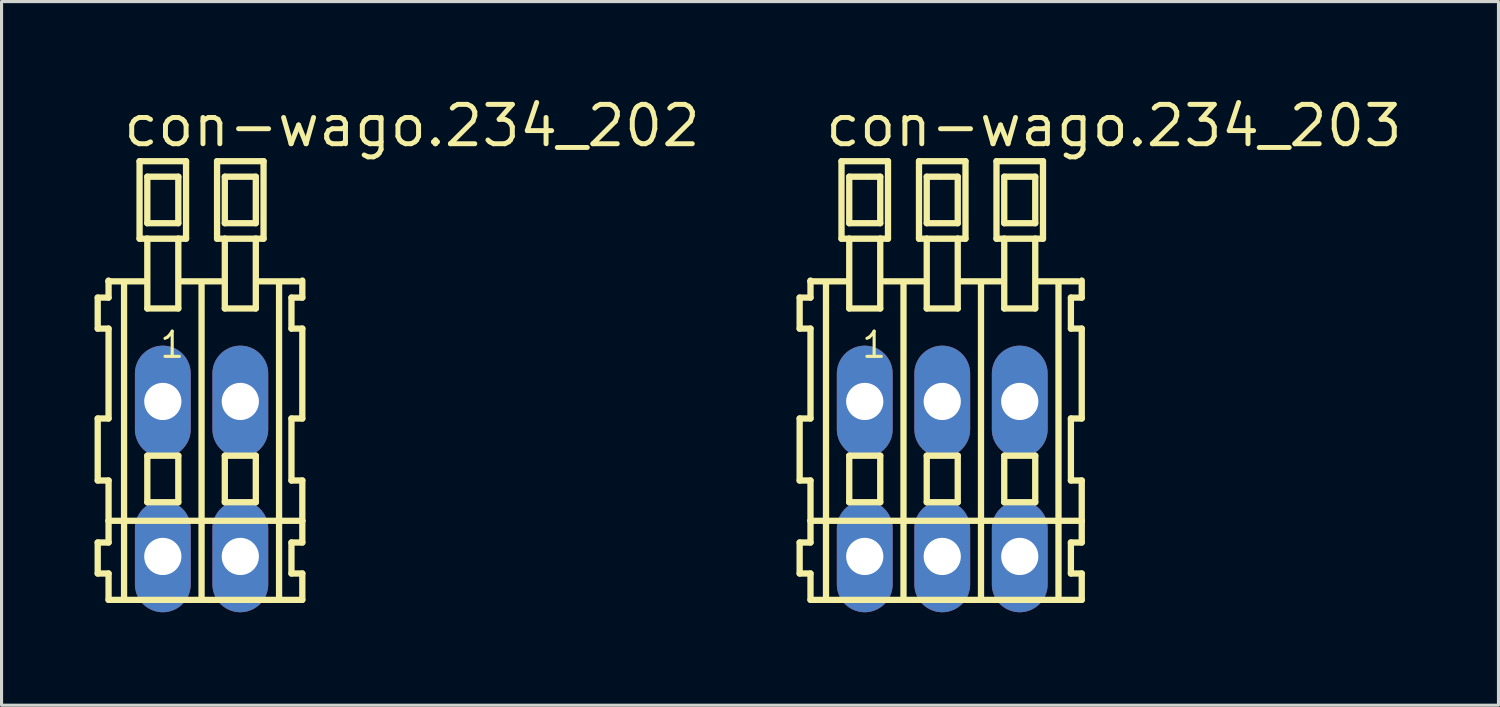
<source format=kicad_pcb>
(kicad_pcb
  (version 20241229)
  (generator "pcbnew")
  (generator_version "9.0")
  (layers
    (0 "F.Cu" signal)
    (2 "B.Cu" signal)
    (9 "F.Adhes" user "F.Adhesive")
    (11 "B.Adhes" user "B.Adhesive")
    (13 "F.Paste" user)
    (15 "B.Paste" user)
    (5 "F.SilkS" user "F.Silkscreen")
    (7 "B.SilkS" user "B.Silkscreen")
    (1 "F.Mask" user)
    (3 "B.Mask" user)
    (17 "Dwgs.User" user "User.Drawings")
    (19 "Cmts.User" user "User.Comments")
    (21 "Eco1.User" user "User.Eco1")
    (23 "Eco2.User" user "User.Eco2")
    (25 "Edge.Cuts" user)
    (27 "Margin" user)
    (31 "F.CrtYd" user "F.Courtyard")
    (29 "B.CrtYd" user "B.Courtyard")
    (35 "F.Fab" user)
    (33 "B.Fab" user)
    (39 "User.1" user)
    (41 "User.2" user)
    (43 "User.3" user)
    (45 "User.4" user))
  (footprint "con-wago.234_203"
    (layer "F.Cu")
    (at 27.345 12.4)
    (property "Reference" "con-wago.234_203" (at -3.85 -10.65 0) (layer "F.SilkS") (effects (font (size 1.27 1.27) (thickness 0.16)) (justify left bottom)))
    (attr through_hole)
    (fp_line (start -4.6 -5.85) (end -4.6 -4.85) (stroke (width 0.203) (type default)) (layer "F.SilkS"))
    (fp_line (start -4.6 -4.85) (end -4.25 -4.85) (stroke (width 0.203) (type default)) (layer "F.SilkS"))
    (fp_line (start -4.6 -1.95) (end -4.6 0.05) (stroke (width 0.203) (type default)) (layer "F.SilkS"))
    (fp_line (start -4.6 0.05) (end -4.25 0.05) (stroke (width 0.203) (type default)) (layer "F.SilkS"))
    (fp_line (start -4.6 2.05) (end -4.6 3.05) (stroke (width 0.203) (type default)) (layer "F.SilkS"))
    (fp_line (start -4.6 3.05) (end -4.25 3.05) (stroke (width 0.203) (type default)) (layer "F.SilkS"))
    (fp_line (start -4.25 -6.4) (end -4.25 -6.375) (stroke (width 0.203) (type default)) (layer "F.SilkS"))
    (fp_line (start -4.25 -6.375) (end -4.25 -5.85) (stroke (width 0.203) (type default)) (layer "F.SilkS"))
    (fp_line (start -4.25 -6.375) (end -3.125 -6.375) (stroke (width 0.203) (type default)) (layer "F.SilkS"))
    (fp_line (start -4.25 -5.85) (end -4.6 -5.85) (stroke (width 0.203) (type default)) (layer "F.SilkS"))
    (fp_line (start -4.25 -4.85) (end -4.25 -1.95) (stroke (width 0.203) (type default)) (layer "F.SilkS"))
    (fp_line (start -4.25 -1.95) (end -4.6 -1.95) (stroke (width 0.203) (type default)) (layer "F.SilkS"))
    (fp_line (start -4.25 0.05) (end -4.25 1.35) (stroke (width 0.203) (type default)) (layer "F.SilkS"))
    (fp_line (start -4.25 1.35) (end -4.25 2.05) (stroke (width 0.203) (type default)) (layer "F.SilkS"))
    (fp_line (start -4.25 1.35) (end 4.5 1.35) (stroke (width 0.203) (type default)) (layer "F.SilkS"))
    (fp_line (start -4.25 2.05) (end -4.6 2.05) (stroke (width 0.203) (type default)) (layer "F.SilkS"))
    (fp_line (start -4.25 3.05) (end -4.25 3.9) (stroke (width 0.203) (type default)) (layer "F.SilkS"))
    (fp_line (start -4.25 3.9) (end 4.5 3.9) (stroke (width 0.203) (type default)) (layer "F.SilkS"))
    (fp_line (start -3.75 -6.35) (end -3.75 3.8) (stroke (width 0.203) (type default)) (layer "F.SilkS"))
    (fp_line (start -3.25 -10.25) (end -3.25 -7.75) (stroke (width 0.203) (type default)) (layer "F.SilkS"))
    (fp_line (start -3.25 -7.75) (end -3 -7.75) (stroke (width 0.203) (type default)) (layer "F.SilkS"))
    (fp_line (start -3 -9.75) (end -3 -8.25) (stroke (width 0.203) (type default)) (layer "F.SilkS"))
    (fp_line (start -3 -8.25) (end -2 -8.25) (stroke (width 0.203) (type default)) (layer "F.SilkS"))
    (fp_line (start -3 -7.75) (end -3 -5.5) (stroke (width 0.203) (type default)) (layer "F.SilkS"))
    (fp_line (start -3 -7.75) (end -2 -7.75) (stroke (width 0.203) (type default)) (layer "F.SilkS"))
    (fp_line (start -3 -5.5) (end -2 -5.5) (stroke (width 0.203) (type default)) (layer "F.SilkS"))
    (fp_line (start -3 -0.75) (end -3 0.75) (stroke (width 0.203) (type default)) (layer "F.SilkS"))
    (fp_line (start -3 0.75) (end -2 0.75) (stroke (width 0.203) (type default)) (layer "F.SilkS"))
    (fp_line (start -2 -9.75) (end -3 -9.75) (stroke (width 0.203) (type default)) (layer "F.SilkS"))
    (fp_line (start -2 -8.25) (end -2 -9.75) (stroke (width 0.203) (type default)) (layer "F.SilkS"))
    (fp_line (start -2 -7.75) (end -1.75 -7.75) (stroke (width 0.203) (type default)) (layer "F.SilkS"))
    (fp_line (start -2 -5.5) (end -2 -7.75) (stroke (width 0.203) (type default)) (layer "F.SilkS"))
    (fp_line (start -2 -0.75) (end -3 -0.75) (stroke (width 0.203) (type default)) (layer "F.SilkS"))
    (fp_line (start -2 0.75) (end -2 -0.75) (stroke (width 0.203) (type default)) (layer "F.SilkS"))
    (fp_line (start -1.875 -6.375) (end -0.625 -6.375) (stroke (width 0.203) (type default)) (layer "F.SilkS"))
    (fp_line (start -1.75 -10.25) (end -3.25 -10.25) (stroke (width 0.203) (type default)) (layer "F.SilkS"))
    (fp_line (start -1.75 -7.75) (end -1.75 -10.25) (stroke (width 0.203) (type default)) (layer "F.SilkS"))
    (fp_line (start -1.25 -6.35) (end -1.25 3.8) (stroke (width 0.203) (type default)) (layer "F.SilkS"))
    (fp_line (start -0.75 -10.25) (end -0.75 -7.75) (stroke (width 0.203) (type default)) (layer "F.SilkS"))
    (fp_line (start -0.75 -7.75) (end -0.5 -7.75) (stroke (width 0.203) (type default)) (layer "F.SilkS"))
    (fp_line (start -0.5 -9.75) (end -0.5 -8.25) (stroke (width 0.203) (type default)) (layer "F.SilkS"))
    (fp_line (start -0.5 -8.25) (end 0.5 -8.25) (stroke (width 0.203) (type default)) (layer "F.SilkS"))
    (fp_line (start -0.5 -7.75) (end -0.5 -5.5) (stroke (width 0.203) (type default)) (layer "F.SilkS"))
    (fp_line (start -0.5 -7.75) (end 0.5 -7.75) (stroke (width 0.203) (type default)) (layer "F.SilkS"))
    (fp_line (start -0.5 -5.5) (end 0.5 -5.5) (stroke (width 0.203) (type default)) (layer "F.SilkS"))
    (fp_line (start -0.5 -0.75) (end -0.5 0.75) (stroke (width 0.203) (type default)) (layer "F.SilkS"))
    (fp_line (start -0.5 0.75) (end 0.5 0.75) (stroke (width 0.203) (type default)) (layer "F.SilkS"))
    (fp_line (start 0.5 -9.75) (end -0.5 -9.75) (stroke (width 0.203) (type default)) (layer "F.SilkS"))
    (fp_line (start 0.5 -8.25) (end 0.5 -9.75) (stroke (width 0.203) (type default)) (layer "F.SilkS"))
    (fp_line (start 0.5 -7.75) (end 0.75 -7.75) (stroke (width 0.203) (type default)) (layer "F.SilkS"))
    (fp_line (start 0.5 -5.5) (end 0.5 -7.75) (stroke (width 0.203) (type default)) (layer "F.SilkS"))
    (fp_line (start 0.5 -0.75) (end -0.5 -0.75) (stroke (width 0.203) (type default)) (layer "F.SilkS"))
    (fp_line (start 0.5 0.75) (end 0.5 -0.75) (stroke (width 0.203) (type default)) (layer "F.SilkS"))
    (fp_line (start 0.625 -6.375) (end 1.875 -6.375) (stroke (width 0.203) (type default)) (layer "F.SilkS"))
    (fp_line (start 0.75 -10.25) (end -0.75 -10.25) (stroke (width 0.203) (type default)) (layer "F.SilkS"))
    (fp_line (start 0.75 -7.75) (end 0.75 -10.25) (stroke (width 0.203) (type default)) (layer "F.SilkS"))
    (fp_line (start 1.25 -6.35) (end 1.25 3.8) (stroke (width 0.203) (type default)) (layer "F.SilkS"))
    (fp_line (start 1.75 -10.25) (end 1.75 -7.75) (stroke (width 0.203) (type default)) (layer "F.SilkS"))
    (fp_line (start 1.75 -7.75) (end 2 -7.75) (stroke (width 0.203) (type default)) (layer "F.SilkS"))
    (fp_line (start 2 -9.75) (end 2 -8.25) (stroke (width 0.203) (type default)) (layer "F.SilkS"))
    (fp_line (start 2 -8.25) (end 3 -8.25) (stroke (width 0.203) (type default)) (layer "F.SilkS"))
    (fp_line (start 2 -7.75) (end 2 -5.5) (stroke (width 0.203) (type default)) (layer "F.SilkS"))
    (fp_line (start 2 -7.75) (end 3 -7.75) (stroke (width 0.203) (type default)) (layer "F.SilkS"))
    (fp_line (start 2 -5.5) (end 3 -5.5) (stroke (width 0.203) (type default)) (layer "F.SilkS"))
    (fp_line (start 2 -0.75) (end 2 0.75) (stroke (width 0.203) (type default)) (layer "F.SilkS"))
    (fp_line (start 2 0.75) (end 3 0.75) (stroke (width 0.203) (type default)) (layer "F.SilkS"))
    (fp_line (start 3 -9.75) (end 2 -9.75) (stroke (width 0.203) (type default)) (layer "F.SilkS"))
    (fp_line (start 3 -8.25) (end 3 -9.75) (stroke (width 0.203) (type default)) (layer "F.SilkS"))
    (fp_line (start 3 -7.75) (end 3.25 -7.75) (stroke (width 0.203) (type default)) (layer "F.SilkS"))
    (fp_line (start 3 -5.5) (end 3 -7.75) (stroke (width 0.203) (type default)) (layer "F.SilkS"))
    (fp_line (start 3 -0.75) (end 2 -0.75) (stroke (width 0.203) (type default)) (layer "F.SilkS"))
    (fp_line (start 3 0.75) (end 3 -0.75) (stroke (width 0.203) (type default)) (layer "F.SilkS"))
    (fp_line (start 3.125 -6.375) (end 4.375 -6.375) (stroke (width 0.203) (type default)) (layer "F.SilkS"))
    (fp_line (start 3.25 -10.25) (end 1.75 -10.25) (stroke (width 0.203) (type default)) (layer "F.SilkS"))
    (fp_line (start 3.25 -7.75) (end 3.25 -10.25) (stroke (width 0.203) (type default)) (layer "F.SilkS"))
    (fp_line (start 3.75 -6.35) (end 3.75 3.8) (stroke (width 0.203) (type default)) (layer "F.SilkS"))
    (fp_line (start 4.15 -5.85) (end 4.15 -4.85) (stroke (width 0.203) (type default)) (layer "F.SilkS"))
    (fp_line (start 4.15 -4.85) (end 4.5 -4.85) (stroke (width 0.203) (type default)) (layer "F.SilkS"))
    (fp_line (start 4.15 -1.95) (end 4.15 0.05) (stroke (width 0.203) (type default)) (layer "F.SilkS"))
    (fp_line (start 4.15 0.05) (end 4.5 0.05) (stroke (width 0.203) (type default)) (layer "F.SilkS"))
    (fp_line (start 4.15 2.05) (end 4.15 3.05) (stroke (width 0.203) (type default)) (layer "F.SilkS"))
    (fp_line (start 4.15 3.05) (end 4.5 3.05) (stroke (width 0.203) (type default)) (layer "F.SilkS"))
    (fp_line (start 4.5 -5.85) (end 4.15 -5.85) (stroke (width 0.203) (type default)) (layer "F.SilkS"))
    (fp_line (start 4.5 -5.85) (end 4.5 -6.4) (stroke (width 0.203) (type default)) (layer "F.SilkS"))
    (fp_line (start 4.5 -1.95) (end 4.15 -1.95) (stroke (width 0.203) (type default)) (layer "F.SilkS"))
    (fp_line (start 4.5 -1.95) (end 4.5 -4.85) (stroke (width 0.203) (type default)) (layer "F.SilkS"))
    (fp_line (start 4.5 1.35) (end 4.5 0.05) (stroke (width 0.203) (type default)) (layer "F.SilkS"))
    (fp_line (start 4.5 2.05) (end 4.15 2.05) (stroke (width 0.203) (type default)) (layer "F.SilkS"))
    (fp_line (start 4.5 2.05) (end 4.5 1.35) (stroke (width 0.203) (type default)) (layer "F.SilkS"))
    (fp_line (start 4.5 3.9) (end 4.5 3.05) (stroke (width 0.203) (type default)) (layer "F.SilkS"))
    (fp_text user "1" (at -2.65 -3.85 0) (layer "F.SilkS") (effects (font (size 0.813 0.813) (thickness 0.1)) (justify left bottom)))
    (pad "A1" thru_hole oval (at -2.5 -2.5 90) (size 3.6 1.8) (drill 1.2) (layers "*.Cu" "*.Mask"))
    (pad "A2" thru_hole oval (at 0 -2.5 90) (size 3.6 1.8) (drill 1.2) (layers "*.Cu" "*.Mask"))
    (pad "A3" thru_hole oval (at 2.5 -2.5 90) (size 3.6 1.8) (drill 1.2) (layers "*.Cu" "*.Mask"))
    (pad "B1" thru_hole oval (at -2.5 2.5 90) (size 3.6 1.8) (drill 1.2) (layers "*.Cu" "*.Mask"))
    (pad "B2" thru_hole oval (at 0 2.5 90) (size 3.6 1.8) (drill 1.2) (layers "*.Cu" "*.Mask"))
    (pad "B3" thru_hole oval (at 2.5 2.5 90) (size 3.6 1.8) (drill 1.2) (layers "*.Cu" "*.Mask")))
  (footprint "con-wago.234_202"
    (layer "F.Cu")
    (at 3.452 12.4)
    (property "Reference" "con-wago.234_202" (at -2.6 -10.65 0) (layer "F.SilkS") (effects (font (size 1.27 1.27) (thickness 0.16)) (justify left bottom)))
    (attr through_hole)
    (fp_line (start -3.35 -5.85) (end -3.35 -4.85) (stroke (width 0.203) (type default)) (layer "F.SilkS"))
    (fp_line (start -3.35 -4.85) (end -3 -4.85) (stroke (width 0.203) (type default)) (layer "F.SilkS"))
    (fp_line (start -3.35 -1.95) (end -3.35 0.05) (stroke (width 0.203) (type default)) (layer "F.SilkS"))
    (fp_line (start -3.35 0.05) (end -3 0.05) (stroke (width 0.203) (type default)) (layer "F.SilkS"))
    (fp_line (start -3.35 2.05) (end -3.35 3.05) (stroke (width 0.203) (type default)) (layer "F.SilkS"))
    (fp_line (start -3.35 3.05) (end -3 3.05) (stroke (width 0.203) (type default)) (layer "F.SilkS"))
    (fp_line (start -3 -6.4) (end -3 -6.375) (stroke (width 0.203) (type default)) (layer "F.SilkS"))
    (fp_line (start -3 -6.375) (end -3 -5.85) (stroke (width 0.203) (type default)) (layer "F.SilkS"))
    (fp_line (start -3 -6.375) (end -1.875 -6.375) (stroke (width 0.203) (type default)) (layer "F.SilkS"))
    (fp_line (start -3 -5.85) (end -3.35 -5.85) (stroke (width 0.203) (type default)) (layer "F.SilkS"))
    (fp_line (start -3 -4.85) (end -3 -1.95) (stroke (width 0.203) (type default)) (layer "F.SilkS"))
    (fp_line (start -3 -1.95) (end -3.35 -1.95) (stroke (width 0.203) (type default)) (layer "F.SilkS"))
    (fp_line (start -3 0.05) (end -3 1.35) (stroke (width 0.203) (type default)) (layer "F.SilkS"))
    (fp_line (start -3 1.35) (end -3 2.05) (stroke (width 0.203) (type default)) (layer "F.SilkS"))
    (fp_line (start -3 1.35) (end 3.25 1.35) (stroke (width 0.203) (type default)) (layer "F.SilkS"))
    (fp_line (start -3 2.05) (end -3.35 2.05) (stroke (width 0.203) (type default)) (layer "F.SilkS"))
    (fp_line (start -3 3.05) (end -3 3.9) (stroke (width 0.203) (type default)) (layer "F.SilkS"))
    (fp_line (start -3 3.9) (end 3.25 3.9) (stroke (width 0.203) (type default)) (layer "F.SilkS"))
    (fp_line (start -2.5 -6.35) (end -2.5 3.8) (stroke (width 0.203) (type default)) (layer "F.SilkS"))
    (fp_line (start -2 -10.25) (end -2 -7.75) (stroke (width 0.203) (type default)) (layer "F.SilkS"))
    (fp_line (start -2 -7.75) (end -1.75 -7.75) (stroke (width 0.203) (type default)) (layer "F.SilkS"))
    (fp_line (start -1.75 -9.75) (end -1.75 -8.25) (stroke (width 0.203) (type default)) (layer "F.SilkS"))
    (fp_line (start -1.75 -8.25) (end -0.75 -8.25) (stroke (width 0.203) (type default)) (layer "F.SilkS"))
    (fp_line (start -1.75 -7.75) (end -1.75 -5.5) (stroke (width 0.203) (type default)) (layer "F.SilkS"))
    (fp_line (start -1.75 -7.75) (end -0.75 -7.75) (stroke (width 0.203) (type default)) (layer "F.SilkS"))
    (fp_line (start -1.75 -5.5) (end -0.75 -5.5) (stroke (width 0.203) (type default)) (layer "F.SilkS"))
    (fp_line (start -1.75 -0.75) (end -1.75 0.75) (stroke (width 0.203) (type default)) (layer "F.SilkS"))
    (fp_line (start -1.75 0.75) (end -0.75 0.75) (stroke (width 0.203) (type default)) (layer "F.SilkS"))
    (fp_line (start -0.75 -9.75) (end -1.75 -9.75) (stroke (width 0.203) (type default)) (layer "F.SilkS"))
    (fp_line (start -0.75 -8.25) (end -0.75 -9.75) (stroke (width 0.203) (type default)) (layer "F.SilkS"))
    (fp_line (start -0.75 -7.75) (end -0.5 -7.75) (stroke (width 0.203) (type default)) (layer "F.SilkS"))
    (fp_line (start -0.75 -5.5) (end -0.75 -7.75) (stroke (width 0.203) (type default)) (layer "F.SilkS"))
    (fp_line (start -0.75 -0.75) (end -1.75 -0.75) (stroke (width 0.203) (type default)) (layer "F.SilkS"))
    (fp_line (start -0.75 0.75) (end -0.75 -0.75) (stroke (width 0.203) (type default)) (layer "F.SilkS"))
    (fp_line (start -0.625 -6.375) (end 0.625 -6.375) (stroke (width 0.203) (type default)) (layer "F.SilkS"))
    (fp_line (start -0.5 -10.25) (end -2 -10.25) (stroke (width 0.203) (type default)) (layer "F.SilkS"))
    (fp_line (start -0.5 -7.75) (end -0.5 -10.25) (stroke (width 0.203) (type default)) (layer "F.SilkS"))
    (fp_line (start 0 -6.35) (end 0 3.8) (stroke (width 0.203) (type default)) (layer "F.SilkS"))
    (fp_line (start 0.5 -10.25) (end 0.5 -7.75) (stroke (width 0.203) (type default)) (layer "F.SilkS"))
    (fp_line (start 0.5 -7.75) (end 0.75 -7.75) (stroke (width 0.203) (type default)) (layer "F.SilkS"))
    (fp_line (start 0.75 -9.75) (end 0.75 -8.25) (stroke (width 0.203) (type default)) (layer "F.SilkS"))
    (fp_line (start 0.75 -8.25) (end 1.75 -8.25) (stroke (width 0.203) (type default)) (layer "F.SilkS"))
    (fp_line (start 0.75 -7.75) (end 0.75 -5.5) (stroke (width 0.203) (type default)) (layer "F.SilkS"))
    (fp_line (start 0.75 -7.75) (end 1.75 -7.75) (stroke (width 0.203) (type default)) (layer "F.SilkS"))
    (fp_line (start 0.75 -5.5) (end 1.75 -5.5) (stroke (width 0.203) (type default)) (layer "F.SilkS"))
    (fp_line (start 0.75 -0.75) (end 0.75 0.75) (stroke (width 0.203) (type default)) (layer "F.SilkS"))
    (fp_line (start 0.75 0.75) (end 1.75 0.75) (stroke (width 0.203) (type default)) (layer "F.SilkS"))
    (fp_line (start 1.75 -9.75) (end 0.75 -9.75) (stroke (width 0.203) (type default)) (layer "F.SilkS"))
    (fp_line (start 1.75 -8.25) (end 1.75 -9.75) (stroke (width 0.203) (type default)) (layer "F.SilkS"))
    (fp_line (start 1.75 -7.75) (end 2 -7.75) (stroke (width 0.203) (type default)) (layer "F.SilkS"))
    (fp_line (start 1.75 -5.5) (end 1.75 -7.75) (stroke (width 0.203) (type default)) (layer "F.SilkS"))
    (fp_line (start 1.75 -0.75) (end 0.75 -0.75) (stroke (width 0.203) (type default)) (layer "F.SilkS"))
    (fp_line (start 1.75 0.75) (end 1.75 -0.75) (stroke (width 0.203) (type default)) (layer "F.SilkS"))
    (fp_line (start 1.875 -6.375) (end 3.125 -6.375) (stroke (width 0.203) (type default)) (layer "F.SilkS"))
    (fp_line (start 2 -10.25) (end 0.5 -10.25) (stroke (width 0.203) (type default)) (layer "F.SilkS"))
    (fp_line (start 2 -7.75) (end 2 -10.25) (stroke (width 0.203) (type default)) (layer "F.SilkS"))
    (fp_line (start 2.5 -6.35) (end 2.5 3.8) (stroke (width 0.203) (type default)) (layer "F.SilkS"))
    (fp_line (start 2.9 -5.85) (end 2.9 -4.85) (stroke (width 0.203) (type default)) (layer "F.SilkS"))
    (fp_line (start 2.9 -4.85) (end 3.25 -4.85) (stroke (width 0.203) (type default)) (layer "F.SilkS"))
    (fp_line (start 2.9 -1.95) (end 2.9 0.05) (stroke (width 0.203) (type default)) (layer "F.SilkS"))
    (fp_line (start 2.9 0.05) (end 3.25 0.05) (stroke (width 0.203) (type default)) (layer "F.SilkS"))
    (fp_line (start 2.9 2.05) (end 2.9 3.05) (stroke (width 0.203) (type default)) (layer "F.SilkS"))
    (fp_line (start 2.9 3.05) (end 3.25 3.05) (stroke (width 0.203) (type default)) (layer "F.SilkS"))
    (fp_line (start 3.25 -5.85) (end 2.9 -5.85) (stroke (width 0.203) (type default)) (layer "F.SilkS"))
    (fp_line (start 3.25 -5.85) (end 3.25 -6.4) (stroke (width 0.203) (type default)) (layer "F.SilkS"))
    (fp_line (start 3.25 -1.95) (end 2.9 -1.95) (stroke (width 0.203) (type default)) (layer "F.SilkS"))
    (fp_line (start 3.25 -1.95) (end 3.25 -4.85) (stroke (width 0.203) (type default)) (layer "F.SilkS"))
    (fp_line (start 3.25 1.35) (end 3.25 0.05) (stroke (width 0.203) (type default)) (layer "F.SilkS"))
    (fp_line (start 3.25 2.05) (end 2.9 2.05) (stroke (width 0.203) (type default)) (layer "F.SilkS"))
    (fp_line (start 3.25 2.05) (end 3.25 1.35) (stroke (width 0.203) (type default)) (layer "F.SilkS"))
    (fp_line (start 3.25 3.9) (end 3.25 3.05) (stroke (width 0.203) (type default)) (layer "F.SilkS"))
    (fp_text user "1" (at -1.4 -3.85 0) (layer "F.SilkS") (effects (font (size 0.813 0.813) (thickness 0.1)) (justify left bottom)))
    (pad "A1" thru_hole oval (at -1.25 -2.5 90) (size 3.6 1.8) (drill 1.2) (layers "*.Cu" "*.Mask"))
    (pad "A2" thru_hole oval (at 1.25 -2.5 90) (size 3.6 1.8) (drill 1.2) (layers "*.Cu" "*.Mask"))
    (pad "B1" thru_hole oval (at -1.25 2.5 90) (size 3.6 1.8) (drill 1.2) (layers "*.Cu" "*.Mask"))
    (pad "B2" thru_hole oval (at 1.25 2.5 90) (size 3.6 1.8) (drill 1.2) (layers "*.Cu" "*.Mask")))
  (gr_rect
    (start -3 -3)
    (end 45.288 19.7)
    (stroke (width 0.1) (type default))
    (fill no)
    (layer "Edge.Cuts")))
</source>
